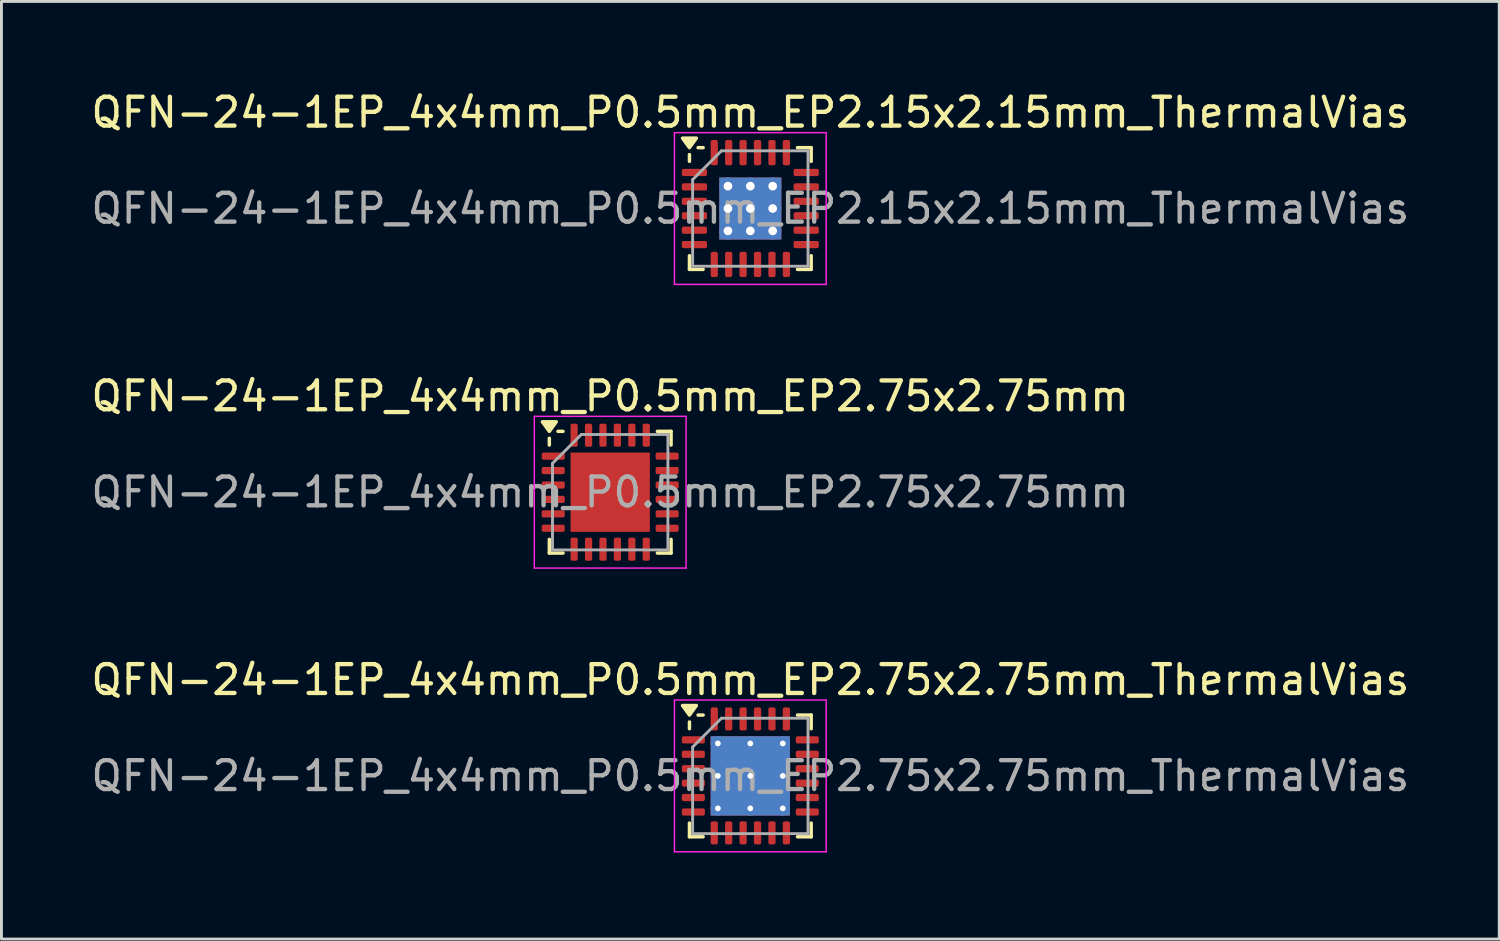
<source format=kicad_pcb>
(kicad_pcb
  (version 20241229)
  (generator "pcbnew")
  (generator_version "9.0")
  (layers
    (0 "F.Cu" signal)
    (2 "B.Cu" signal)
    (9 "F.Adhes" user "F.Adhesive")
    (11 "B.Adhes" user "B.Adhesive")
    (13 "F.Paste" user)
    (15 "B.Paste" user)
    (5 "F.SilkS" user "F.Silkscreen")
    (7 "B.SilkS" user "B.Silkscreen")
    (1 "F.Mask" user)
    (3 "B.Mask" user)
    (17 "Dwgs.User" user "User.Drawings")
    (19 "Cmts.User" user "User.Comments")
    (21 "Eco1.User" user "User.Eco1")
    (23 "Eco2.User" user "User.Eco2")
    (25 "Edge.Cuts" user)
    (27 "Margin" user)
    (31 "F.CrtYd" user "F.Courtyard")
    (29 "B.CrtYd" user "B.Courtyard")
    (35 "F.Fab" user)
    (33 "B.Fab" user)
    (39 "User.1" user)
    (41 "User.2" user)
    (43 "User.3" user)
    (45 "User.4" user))
  (footprint "QFN-24-1EP_4x4mm_P0.5mm_EP2.75x2.75mm"
    (layer "F.Cu")
    (at 18.101 14.011)
    (property "Reference" "QFN-24-1EP_4x4mm_P0.5mm_EP2.75x2.75mm" (at 0 -3.33 0) (layer "F.SilkS") (effects (font (size 1 1) (thickness 0.15))))
    (attr smd)
    (fp_line (start -2.11 -1.635) (end -2.11 -1.87) (stroke (width 0.12) (type solid)) (layer "F.SilkS"))
    (fp_line (start -2.11 2.11) (end -2.11 1.635) (stroke (width 0.12) (type solid)) (layer "F.SilkS"))
    (fp_line (start -1.635 -2.11) (end -1.81 -2.11) (stroke (width 0.12) (type solid)) (layer "F.SilkS"))
    (fp_line (start -1.635 2.11) (end -2.11 2.11) (stroke (width 0.12) (type solid)) (layer "F.SilkS"))
    (fp_line (start 1.635 -2.11) (end 2.11 -2.11) (stroke (width 0.12) (type solid)) (layer "F.SilkS"))
    (fp_line (start 1.635 2.11) (end 2.11 2.11) (stroke (width 0.12) (type solid)) (layer "F.SilkS"))
    (fp_line (start 2.11 -2.11) (end 2.11 -1.635) (stroke (width 0.12) (type solid)) (layer "F.SilkS"))
    (fp_line (start 2.11 2.11) (end 2.11 1.635) (stroke (width 0.12) (type solid)) (layer "F.SilkS"))
    (fp_poly (pts (xy -2.11 -2.11) (xy -2.35 -2.44) (xy -1.87 -2.44) (xy -2.11 -2.11)) (stroke (width 0.12) (type solid)) (fill yes) (layer "F.SilkS"))
    (fp_line (start -2.63 -2.63) (end -2.63 2.63) (stroke (width 0.05) (type solid)) (layer "F.CrtYd"))
    (fp_line (start -2.63 2.63) (end 2.63 2.63) (stroke (width 0.05) (type solid)) (layer "F.CrtYd"))
    (fp_line (start 2.63 -2.63) (end -2.63 -2.63) (stroke (width 0.05) (type solid)) (layer "F.CrtYd"))
    (fp_line (start 2.63 2.63) (end 2.63 -2.63) (stroke (width 0.05) (type solid)) (layer "F.CrtYd"))
    (fp_line (start -2 -1) (end -1 -2) (stroke (width 0.1) (type solid)) (layer "F.Fab"))
    (fp_line (start -2 2) (end -2 -1) (stroke (width 0.1) (type solid)) (layer "F.Fab"))
    (fp_line (start -1 -2) (end 2 -2) (stroke (width 0.1) (type solid)) (layer "F.Fab"))
    (fp_line (start 2 -2) (end 2 2) (stroke (width 0.1) (type solid)) (layer "F.Fab"))
    (fp_line (start 2 2) (end -2 2) (stroke (width 0.1) (type solid)) (layer "F.Fab"))
    (fp_text user "${REFERENCE}" (at 0 0 0) (layer "F.Fab") (effects (font (size 1 1) (thickness 0.15))))
    (pad "" smd roundrect (at -0.69 -0.69) (size 1.11 1.11) (layers "F.Paste") (roundrect_rratio 0.225))
    (pad "" smd roundrect (at -0.69 0.69) (size 1.11 1.11) (layers "F.Paste") (roundrect_rratio 0.225))
    (pad "" smd roundrect (at 0.69 -0.69) (size 1.11 1.11) (layers "F.Paste") (roundrect_rratio 0.225))
    (pad "" smd roundrect (at 0.69 0.69) (size 1.11 1.11) (layers "F.Paste") (roundrect_rratio 0.225))
    (pad "1" smd roundrect (at -1.975 -1.25) (size 0.8 0.25) (layers "F.Cu" "F.Mask" "F.Paste") (roundrect_rratio 0.25))
    (pad "2" smd roundrect (at -1.975 -0.75) (size 0.8 0.25) (layers "F.Cu" "F.Mask" "F.Paste") (roundrect_rratio 0.25))
    (pad "3" smd roundrect (at -1.975 -0.25) (size 0.8 0.25) (layers "F.Cu" "F.Mask" "F.Paste") (roundrect_rratio 0.25))
    (pad "4" smd roundrect (at -1.975 0.25) (size 0.8 0.25) (layers "F.Cu" "F.Mask" "F.Paste") (roundrect_rratio 0.25))
    (pad "5" smd roundrect (at -1.975 0.75) (size 0.8 0.25) (layers "F.Cu" "F.Mask" "F.Paste") (roundrect_rratio 0.25))
    (pad "6" smd roundrect (at -1.975 1.25) (size 0.8 0.25) (layers "F.Cu" "F.Mask" "F.Paste") (roundrect_rratio 0.25))
    (pad "7" smd roundrect (at -1.25 1.975) (size 0.25 0.8) (layers "F.Cu" "F.Mask" "F.Paste") (roundrect_rratio 0.25))
    (pad "8" smd roundrect (at -0.75 1.975) (size 0.25 0.8) (layers "F.Cu" "F.Mask" "F.Paste") (roundrect_rratio 0.25))
    (pad "9" smd roundrect (at -0.25 1.975) (size 0.25 0.8) (layers "F.Cu" "F.Mask" "F.Paste") (roundrect_rratio 0.25))
    (pad "10" smd roundrect (at 0.25 1.975) (size 0.25 0.8) (layers "F.Cu" "F.Mask" "F.Paste") (roundrect_rratio 0.25))
    (pad "11" smd roundrect (at 0.75 1.975) (size 0.25 0.8) (layers "F.Cu" "F.Mask" "F.Paste") (roundrect_rratio 0.25))
    (pad "12" smd roundrect (at 1.25 1.975) (size 0.25 0.8) (layers "F.Cu" "F.Mask" "F.Paste") (roundrect_rratio 0.25))
    (pad "13" smd roundrect (at 1.975 1.25) (size 0.8 0.25) (layers "F.Cu" "F.Mask" "F.Paste") (roundrect_rratio 0.25))
    (pad "14" smd roundrect (at 1.975 0.75) (size 0.8 0.25) (layers "F.Cu" "F.Mask" "F.Paste") (roundrect_rratio 0.25))
    (pad "15" smd roundrect (at 1.975 0.25) (size 0.8 0.25) (layers "F.Cu" "F.Mask" "F.Paste") (roundrect_rratio 0.25))
    (pad "16" smd roundrect (at 1.975 -0.25) (size 0.8 0.25) (layers "F.Cu" "F.Mask" "F.Paste") (roundrect_rratio 0.25))
    (pad "17" smd roundrect (at 1.975 -0.75) (size 0.8 0.25) (layers "F.Cu" "F.Mask" "F.Paste") (roundrect_rratio 0.25))
    (pad "18" smd roundrect (at 1.975 -1.25) (size 0.8 0.25) (layers "F.Cu" "F.Mask" "F.Paste") (roundrect_rratio 0.25))
    (pad "19" smd roundrect (at 1.25 -1.975) (size 0.25 0.8) (layers "F.Cu" "F.Mask" "F.Paste") (roundrect_rratio 0.25))
    (pad "20" smd roundrect (at 0.75 -1.975) (size 0.25 0.8) (layers "F.Cu" "F.Mask" "F.Paste") (roundrect_rratio 0.25))
    (pad "21" smd roundrect (at 0.25 -1.975) (size 0.25 0.8) (layers "F.Cu" "F.Mask" "F.Paste") (roundrect_rratio 0.25))
    (pad "22" smd roundrect (at -0.25 -1.975) (size 0.25 0.8) (layers "F.Cu" "F.Mask" "F.Paste") (roundrect_rratio 0.25))
    (pad "23" smd roundrect (at -0.75 -1.975) (size 0.25 0.8) (layers "F.Cu" "F.Mask" "F.Paste") (roundrect_rratio 0.25))
    (pad "24" smd roundrect (at -1.25 -1.975) (size 0.25 0.8) (layers "F.Cu" "F.Mask" "F.Paste") (roundrect_rratio 0.25))
    (pad "25" smd rect (at 0 0) (size 2.75 2.75) (property pad_prop_heatsink) (layers "F.Cu" "F.Mask")))
  (footprint "QFN-24-1EP_4x4mm_P0.5mm_EP2.75x2.75mm_ThermalVias"
    (layer "F.Cu")
    (at 22.958 23.845)
    (property "Reference" "QFN-24-1EP_4x4mm_P0.5mm_EP2.75x2.75mm_ThermalVias" (at 0 -3.33 0) (layer "F.SilkS") (effects (font (size 1 1) (thickness 0.15))))
    (attr smd)
    (fp_line (start -2.11 -1.635) (end -2.11 -1.87) (stroke (width 0.12) (type solid)) (layer "F.SilkS"))
    (fp_line (start -2.11 2.11) (end -2.11 1.635) (stroke (width 0.12) (type solid)) (layer "F.SilkS"))
    (fp_line (start -1.635 -2.11) (end -1.81 -2.11) (stroke (width 0.12) (type solid)) (layer "F.SilkS"))
    (fp_line (start -1.635 2.11) (end -2.11 2.11) (stroke (width 0.12) (type solid)) (layer "F.SilkS"))
    (fp_line (start 1.635 -2.11) (end 2.11 -2.11) (stroke (width 0.12) (type solid)) (layer "F.SilkS"))
    (fp_line (start 1.635 2.11) (end 2.11 2.11) (stroke (width 0.12) (type solid)) (layer "F.SilkS"))
    (fp_line (start 2.11 -2.11) (end 2.11 -1.635) (stroke (width 0.12) (type solid)) (layer "F.SilkS"))
    (fp_line (start 2.11 2.11) (end 2.11 1.635) (stroke (width 0.12) (type solid)) (layer "F.SilkS"))
    (fp_poly (pts (xy -2.11 -2.11) (xy -2.35 -2.44) (xy -1.87 -2.44) (xy -2.11 -2.11)) (stroke (width 0.12) (type solid)) (fill yes) (layer "F.SilkS"))
    (fp_line (start -2.63 -2.63) (end -2.63 2.63) (stroke (width 0.05) (type solid)) (layer "F.CrtYd"))
    (fp_line (start -2.63 2.63) (end 2.63 2.63) (stroke (width 0.05) (type solid)) (layer "F.CrtYd"))
    (fp_line (start 2.63 -2.63) (end -2.63 -2.63) (stroke (width 0.05) (type solid)) (layer "F.CrtYd"))
    (fp_line (start 2.63 2.63) (end 2.63 -2.63) (stroke (width 0.05) (type solid)) (layer "F.CrtYd"))
    (fp_line (start -2 -1) (end -1 -2) (stroke (width 0.1) (type solid)) (layer "F.Fab"))
    (fp_line (start -2 2) (end -2 -1) (stroke (width 0.1) (type solid)) (layer "F.Fab"))
    (fp_line (start -1 -2) (end 2 -2) (stroke (width 0.1) (type solid)) (layer "F.Fab"))
    (fp_line (start 2 -2) (end 2 2) (stroke (width 0.1) (type solid)) (layer "F.Fab"))
    (fp_line (start 2 2) (end -2 2) (stroke (width 0.1) (type solid)) (layer "F.Fab"))
    (fp_text user "${REFERENCE}" (at 0 0 0) (layer "F.Fab") (effects (font (size 1 1) (thickness 0.15))))
    (pad "" smd roundrect (at -0.69 -0.69) (size 1.19 1.19) (layers "F.Paste") (roundrect_rratio 0.21))
    (pad "" smd roundrect (at -0.69 0.69) (size 1.19 1.19) (layers "F.Paste") (roundrect_rratio 0.21))
    (pad "" smd roundrect (at 0.69 -0.69) (size 1.19 1.19) (layers "F.Paste") (roundrect_rratio 0.21))
    (pad "" smd roundrect (at 0.69 0.69) (size 1.19 1.19) (layers "F.Paste") (roundrect_rratio 0.21))
    (pad "1" smd roundrect (at -1.975 -1.25) (size 0.8 0.25) (layers "F.Cu" "F.Mask" "F.Paste") (roundrect_rratio 0.25))
    (pad "2" smd roundrect (at -1.975 -0.75) (size 0.8 0.25) (layers "F.Cu" "F.Mask" "F.Paste") (roundrect_rratio 0.25))
    (pad "3" smd roundrect (at -1.975 -0.25) (size 0.8 0.25) (layers "F.Cu" "F.Mask" "F.Paste") (roundrect_rratio 0.25))
    (pad "4" smd roundrect (at -1.975 0.25) (size 0.8 0.25) (layers "F.Cu" "F.Mask" "F.Paste") (roundrect_rratio 0.25))
    (pad "5" smd roundrect (at -1.975 0.75) (size 0.8 0.25) (layers "F.Cu" "F.Mask" "F.Paste") (roundrect_rratio 0.25))
    (pad "6" smd roundrect (at -1.975 1.25) (size 0.8 0.25) (layers "F.Cu" "F.Mask" "F.Paste") (roundrect_rratio 0.25))
    (pad "7" smd roundrect (at -1.25 1.975) (size 0.25 0.8) (layers "F.Cu" "F.Mask" "F.Paste") (roundrect_rratio 0.25))
    (pad "8" smd roundrect (at -0.75 1.975) (size 0.25 0.8) (layers "F.Cu" "F.Mask" "F.Paste") (roundrect_rratio 0.25))
    (pad "9" smd roundrect (at -0.25 1.975) (size 0.25 0.8) (layers "F.Cu" "F.Mask" "F.Paste") (roundrect_rratio 0.25))
    (pad "10" smd roundrect (at 0.25 1.975) (size 0.25 0.8) (layers "F.Cu" "F.Mask" "F.Paste") (roundrect_rratio 0.25))
    (pad "11" smd roundrect (at 0.75 1.975) (size 0.25 0.8) (layers "F.Cu" "F.Mask" "F.Paste") (roundrect_rratio 0.25))
    (pad "12" smd roundrect (at 1.25 1.975) (size 0.25 0.8) (layers "F.Cu" "F.Mask" "F.Paste") (roundrect_rratio 0.25))
    (pad "13" smd roundrect (at 1.975 1.25) (size 0.8 0.25) (layers "F.Cu" "F.Mask" "F.Paste") (roundrect_rratio 0.25))
    (pad "14" smd roundrect (at 1.975 0.75) (size 0.8 0.25) (layers "F.Cu" "F.Mask" "F.Paste") (roundrect_rratio 0.25))
    (pad "15" smd roundrect (at 1.975 0.25) (size 0.8 0.25) (layers "F.Cu" "F.Mask" "F.Paste") (roundrect_rratio 0.25))
    (pad "16" smd roundrect (at 1.975 -0.25) (size 0.8 0.25) (layers "F.Cu" "F.Mask" "F.Paste") (roundrect_rratio 0.25))
    (pad "17" smd roundrect (at 1.975 -0.75) (size 0.8 0.25) (layers "F.Cu" "F.Mask" "F.Paste") (roundrect_rratio 0.25))
    (pad "18" smd roundrect (at 1.975 -1.25) (size 0.8 0.25) (layers "F.Cu" "F.Mask" "F.Paste") (roundrect_rratio 0.25))
    (pad "19" smd roundrect (at 1.25 -1.975) (size 0.25 0.8) (layers "F.Cu" "F.Mask" "F.Paste") (roundrect_rratio 0.25))
    (pad "20" smd roundrect (at 0.75 -1.975) (size 0.25 0.8) (layers "F.Cu" "F.Mask" "F.Paste") (roundrect_rratio 0.25))
    (pad "21" smd roundrect (at 0.25 -1.975) (size 0.25 0.8) (layers "F.Cu" "F.Mask" "F.Paste") (roundrect_rratio 0.25))
    (pad "22" smd roundrect (at -0.25 -1.975) (size 0.25 0.8) (layers "F.Cu" "F.Mask" "F.Paste") (roundrect_rratio 0.25))
    (pad "23" smd roundrect (at -0.75 -1.975) (size 0.25 0.8) (layers "F.Cu" "F.Mask" "F.Paste") (roundrect_rratio 0.25))
    (pad "24" smd roundrect (at -1.25 -1.975) (size 0.25 0.8) (layers "F.Cu" "F.Mask" "F.Paste") (roundrect_rratio 0.25))
    (pad "25" thru_hole circle (at -1.125 -1.125) (size 0.5 0.5) (drill 0.2) (property pad_prop_heatsink) (layers "*.Cu"))
    (pad "25" thru_hole circle (at -1.125 0) (size 0.5 0.5) (drill 0.2) (property pad_prop_heatsink) (layers "*.Cu"))
    (pad "25" thru_hole circle (at -1.125 1.125) (size 0.5 0.5) (drill 0.2) (property pad_prop_heatsink) (layers "*.Cu"))
    (pad "25" thru_hole circle (at 0 -1.125) (size 0.5 0.5) (drill 0.2) (property pad_prop_heatsink) (layers "*.Cu"))
    (pad "25" thru_hole circle (at 0 0) (size 0.5 0.5) (drill 0.2) (property pad_prop_heatsink) (layers "*.Cu"))
    (pad "25" smd rect (at 0 0) (size 2.75 2.75) (property pad_prop_heatsink) (layers "F.Cu" "F.Mask"))
    (pad "25" smd rect (at 0 0) (size 2.75 2.75) (property pad_prop_heatsink) (layers "B.Cu"))
    (pad "25" thru_hole circle (at 0 1.125) (size 0.5 0.5) (drill 0.2) (property pad_prop_heatsink) (layers "*.Cu"))
    (pad "25" thru_hole circle (at 1.125 -1.125) (size 0.5 0.5) (drill 0.2) (property pad_prop_heatsink) (layers "*.Cu"))
    (pad "25" thru_hole circle (at 1.125 0) (size 0.5 0.5) (drill 0.2) (property pad_prop_heatsink) (layers "*.Cu"))
    (pad "25" thru_hole circle (at 1.125 1.125) (size 0.5 0.5) (drill 0.2) (property pad_prop_heatsink) (layers "*.Cu")))
  (footprint "QFN-24-1EP_4x4mm_P0.5mm_EP2.15x2.15mm_ThermalVias"
    (layer "F.Cu")
    (at 22.958 4.178)
    (property "Reference" "QFN-24-1EP_4x4mm_P0.5mm_EP2.15x2.15mm_ThermalVias" (at 0 -3.33 0) (layer "F.SilkS") (effects (font (size 1 1) (thickness 0.15))))
    (attr smd)
    (fp_line (start -2.11 -1.635) (end -2.11 -1.87) (stroke (width 0.12) (type solid)) (layer "F.SilkS"))
    (fp_line (start -2.11 2.11) (end -2.11 1.635) (stroke (width 0.12) (type solid)) (layer "F.SilkS"))
    (fp_line (start -1.635 -2.11) (end -1.81 -2.11) (stroke (width 0.12) (type solid)) (layer "F.SilkS"))
    (fp_line (start -1.635 2.11) (end -2.11 2.11) (stroke (width 0.12) (type solid)) (layer "F.SilkS"))
    (fp_line (start 1.635 -2.11) (end 2.11 -2.11) (stroke (width 0.12) (type solid)) (layer "F.SilkS"))
    (fp_line (start 1.635 2.11) (end 2.11 2.11) (stroke (width 0.12) (type solid)) (layer "F.SilkS"))
    (fp_line (start 2.11 -2.11) (end 2.11 -1.635) (stroke (width 0.12) (type solid)) (layer "F.SilkS"))
    (fp_line (start 2.11 2.11) (end 2.11 1.635) (stroke (width 0.12) (type solid)) (layer "F.SilkS"))
    (fp_poly (pts (xy -2.11 -2.11) (xy -2.35 -2.44) (xy -1.87 -2.44) (xy -2.11 -2.11)) (stroke (width 0.12) (type solid)) (fill yes) (layer "F.SilkS"))
    (fp_line (start -2.63 -2.63) (end -2.63 2.63) (stroke (width 0.05) (type solid)) (layer "F.CrtYd"))
    (fp_line (start -2.63 2.63) (end 2.63 2.63) (stroke (width 0.05) (type solid)) (layer "F.CrtYd"))
    (fp_line (start 2.63 -2.63) (end -2.63 -2.63) (stroke (width 0.05) (type solid)) (layer "F.CrtYd"))
    (fp_line (start 2.63 2.63) (end 2.63 -2.63) (stroke (width 0.05) (type solid)) (layer "F.CrtYd"))
    (fp_line (start -2 -1) (end -1 -2) (stroke (width 0.1) (type solid)) (layer "F.Fab"))
    (fp_line (start -2 2) (end -2 -1) (stroke (width 0.1) (type solid)) (layer "F.Fab"))
    (fp_line (start -1 -2) (end 2 -2) (stroke (width 0.1) (type solid)) (layer "F.Fab"))
    (fp_line (start 2 -2) (end 2 2) (stroke (width 0.1) (type solid)) (layer "F.Fab"))
    (fp_line (start 2 2) (end -2 2) (stroke (width 0.1) (type solid)) (layer "F.Fab"))
    (fp_text user "${REFERENCE}" (at 0 0 0) (layer "F.Fab") (effects (font (size 1 1) (thickness 0.15))))
    (pad "" smd roundrect (at -0.54 -0.54) (size 0.87 0.87) (layers "F.Paste") (roundrect_rratio 0.25))
    (pad "" smd roundrect (at -0.54 0.54) (size 0.87 0.87) (layers "F.Paste") (roundrect_rratio 0.25))
    (pad "" smd roundrect (at 0.54 -0.54) (size 0.87 0.87) (layers "F.Paste") (roundrect_rratio 0.25))
    (pad "" smd roundrect (at 0.54 0.54) (size 0.87 0.87) (layers "F.Paste") (roundrect_rratio 0.25))
    (pad "1" smd roundrect (at -1.938 -1.25) (size 0.875 0.25) (layers "F.Cu" "F.Mask" "F.Paste") (roundrect_rratio 0.25))
    (pad "2" smd roundrect (at -1.938 -0.75) (size 0.875 0.25) (layers "F.Cu" "F.Mask" "F.Paste") (roundrect_rratio 0.25))
    (pad "3" smd roundrect (at -1.938 -0.25) (size 0.875 0.25) (layers "F.Cu" "F.Mask" "F.Paste") (roundrect_rratio 0.25))
    (pad "4" smd roundrect (at -1.938 0.25) (size 0.875 0.25) (layers "F.Cu" "F.Mask" "F.Paste") (roundrect_rratio 0.25))
    (pad "5" smd roundrect (at -1.938 0.75) (size 0.875 0.25) (layers "F.Cu" "F.Mask" "F.Paste") (roundrect_rratio 0.25))
    (pad "6" smd roundrect (at -1.938 1.25) (size 0.875 0.25) (layers "F.Cu" "F.Mask" "F.Paste") (roundrect_rratio 0.25))
    (pad "7" smd roundrect (at -1.25 1.938) (size 0.25 0.875) (layers "F.Cu" "F.Mask" "F.Paste") (roundrect_rratio 0.25))
    (pad "8" smd roundrect (at -0.75 1.938) (size 0.25 0.875) (layers "F.Cu" "F.Mask" "F.Paste") (roundrect_rratio 0.25))
    (pad "9" smd roundrect (at -0.25 1.938) (size 0.25 0.875) (layers "F.Cu" "F.Mask" "F.Paste") (roundrect_rratio 0.25))
    (pad "10" smd roundrect (at 0.25 1.938) (size 0.25 0.875) (layers "F.Cu" "F.Mask" "F.Paste") (roundrect_rratio 0.25))
    (pad "11" smd roundrect (at 0.75 1.938) (size 0.25 0.875) (layers "F.Cu" "F.Mask" "F.Paste") (roundrect_rratio 0.25))
    (pad "12" smd roundrect (at 1.25 1.938) (size 0.25 0.875) (layers "F.Cu" "F.Mask" "F.Paste") (roundrect_rratio 0.25))
    (pad "13" smd roundrect (at 1.938 1.25) (size 0.875 0.25) (layers "F.Cu" "F.Mask" "F.Paste") (roundrect_rratio 0.25))
    (pad "14" smd roundrect (at 1.938 0.75) (size 0.875 0.25) (layers "F.Cu" "F.Mask" "F.Paste") (roundrect_rratio 0.25))
    (pad "15" smd roundrect (at 1.938 0.25) (size 0.875 0.25) (layers "F.Cu" "F.Mask" "F.Paste") (roundrect_rratio 0.25))
    (pad "16" smd roundrect (at 1.938 -0.25) (size 0.875 0.25) (layers "F.Cu" "F.Mask" "F.Paste") (roundrect_rratio 0.25))
    (pad "17" smd roundrect (at 1.938 -0.75) (size 0.875 0.25) (layers "F.Cu" "F.Mask" "F.Paste") (roundrect_rratio 0.25))
    (pad "18" smd roundrect (at 1.938 -1.25) (size 0.875 0.25) (layers "F.Cu" "F.Mask" "F.Paste") (roundrect_rratio 0.25))
    (pad "19" smd roundrect (at 1.25 -1.938) (size 0.25 0.875) (layers "F.Cu" "F.Mask" "F.Paste") (roundrect_rratio 0.25))
    (pad "20" smd roundrect (at 0.75 -1.938) (size 0.25 0.875) (layers "F.Cu" "F.Mask" "F.Paste") (roundrect_rratio 0.25))
    (pad "21" smd roundrect (at 0.25 -1.938) (size 0.25 0.875) (layers "F.Cu" "F.Mask" "F.Paste") (roundrect_rratio 0.25))
    (pad "22" smd roundrect (at -0.25 -1.938) (size 0.25 0.875) (layers "F.Cu" "F.Mask" "F.Paste") (roundrect_rratio 0.25))
    (pad "23" smd roundrect (at -0.75 -1.938) (size 0.25 0.875) (layers "F.Cu" "F.Mask" "F.Paste") (roundrect_rratio 0.25))
    (pad "24" smd roundrect (at -1.25 -1.938) (size 0.25 0.875) (layers "F.Cu" "F.Mask" "F.Paste") (roundrect_rratio 0.25))
    (pad "25" thru_hole circle (at -0.775 -0.775) (size 0.6 0.6) (drill 0.3) (property pad_prop_heatsink) (layers "*.Cu"))
    (pad "25" thru_hole circle (at -0.775 0) (size 0.6 0.6) (drill 0.3) (property pad_prop_heatsink) (layers "*.Cu"))
    (pad "25" thru_hole circle (at -0.775 0.775) (size 0.6 0.6) (drill 0.3) (property pad_prop_heatsink) (layers "*.Cu"))
    (pad "25" thru_hole circle (at 0 -0.775) (size 0.6 0.6) (drill 0.3) (property pad_prop_heatsink) (layers "*.Cu"))
    (pad "25" thru_hole circle (at 0 0) (size 0.6 0.6) (drill 0.3) (property pad_prop_heatsink) (layers "*.Cu"))
    (pad "25" smd rect (at 0 0) (size 2.15 2.15) (property pad_prop_heatsink) (layers "F.Cu" "F.Mask"))
    (pad "25" smd rect (at 0 0) (size 2.15 2.15) (property pad_prop_heatsink) (layers "B.Cu"))
    (pad "25" thru_hole circle (at 0 0.775) (size 0.6 0.6) (drill 0.3) (property pad_prop_heatsink) (layers "*.Cu"))
    (pad "25" thru_hole circle (at 0.775 -0.775) (size 0.6 0.6) (drill 0.3) (property pad_prop_heatsink) (layers "*.Cu"))
    (pad "25" thru_hole circle (at 0.775 0) (size 0.6 0.6) (drill 0.3) (property pad_prop_heatsink) (layers "*.Cu"))
    (pad "25" thru_hole circle (at 0.775 0.775) (size 0.6 0.6) (drill 0.3) (property pad_prop_heatsink) (layers "*.Cu")))
  (gr_rect
    (start -3 -3)
    (end 48.917 29.5)
    (stroke (width 0.1) (type default))
    (fill no)
    (layer "Edge.Cuts")))
</source>
